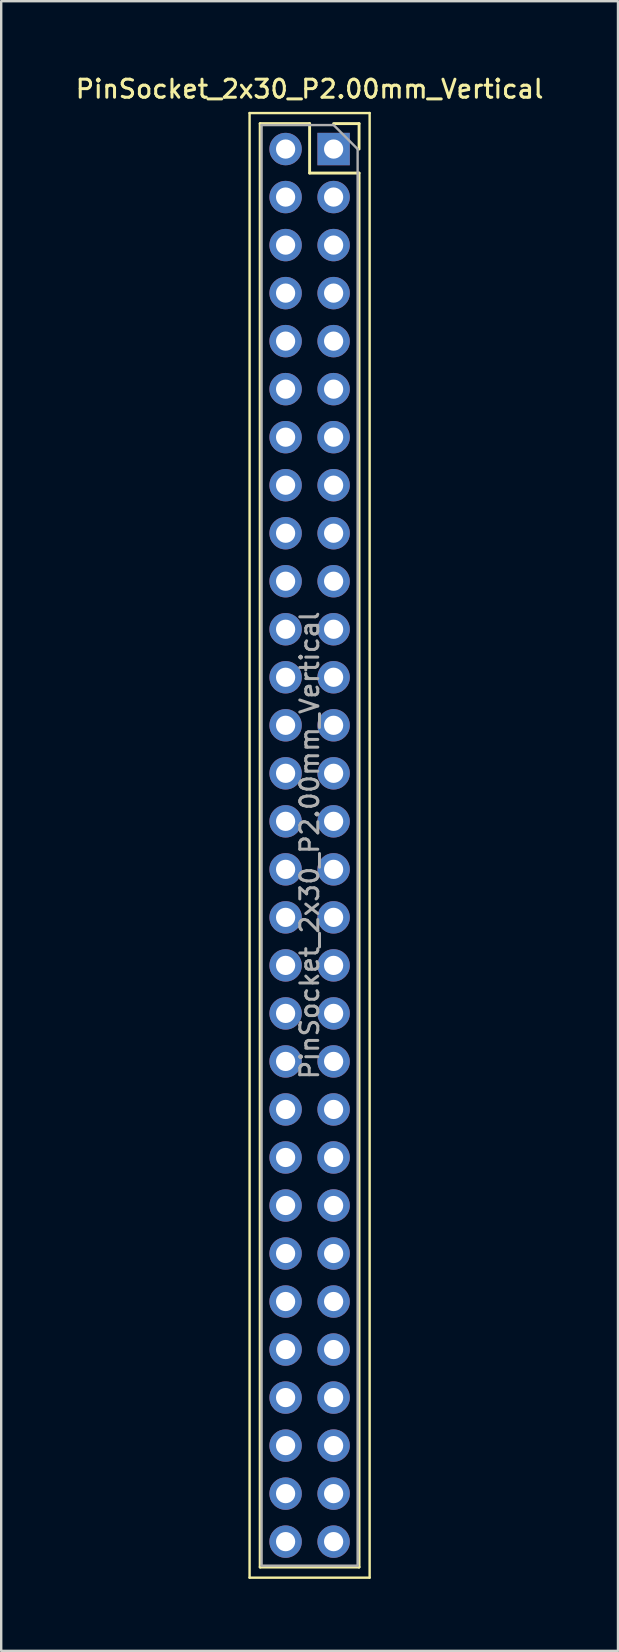
<source format=kicad_pcb>
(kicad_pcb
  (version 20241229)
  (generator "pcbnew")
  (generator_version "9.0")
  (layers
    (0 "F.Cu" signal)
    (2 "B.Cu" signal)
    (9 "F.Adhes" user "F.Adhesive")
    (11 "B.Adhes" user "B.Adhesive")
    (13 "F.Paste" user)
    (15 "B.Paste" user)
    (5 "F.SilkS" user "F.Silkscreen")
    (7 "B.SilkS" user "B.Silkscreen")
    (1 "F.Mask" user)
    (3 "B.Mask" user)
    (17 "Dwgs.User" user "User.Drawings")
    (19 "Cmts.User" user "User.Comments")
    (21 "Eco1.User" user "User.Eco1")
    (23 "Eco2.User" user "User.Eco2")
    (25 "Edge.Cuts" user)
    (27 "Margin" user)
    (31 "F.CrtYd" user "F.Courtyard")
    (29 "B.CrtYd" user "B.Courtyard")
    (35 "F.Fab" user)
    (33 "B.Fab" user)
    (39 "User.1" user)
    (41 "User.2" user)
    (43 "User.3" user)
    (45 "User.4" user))
  (footprint "PinSocket_2x30_P2.00mm_Vertical"
    (layer "F.Cu")
    (at 10.845 3.158)
    (property "Reference" "PinSocket_2x30_P2.00mm_Vertical" (at -1 -2.5 0) (layer "F.SilkS") (effects (font (size 0.75 0.75) (thickness 0.125))))
    (attr through_hole)
    (fp_line (start -3.5 -1.5) (end 1.5 -1.5) (stroke (width 0.1) (type solid)) (layer "F.SilkS"))
    (fp_line (start -3.5 59.5) (end -3.5 -1.5) (stroke (width 0.1) (type solid)) (layer "F.SilkS"))
    (fp_line (start -3.06 -1.06) (end -3.06 59.06) (stroke (width 0.12) (type solid)) (layer "F.SilkS"))
    (fp_line (start -3.06 -1.06) (end -1 -1.06) (stroke (width 0.12) (type solid)) (layer "F.SilkS"))
    (fp_line (start -3.06 59.06) (end 1.06 59.06) (stroke (width 0.12) (type solid)) (layer "F.SilkS"))
    (fp_line (start -1 -1.06) (end -1 1) (stroke (width 0.12) (type solid)) (layer "F.SilkS"))
    (fp_line (start -1 1) (end 1.06 1) (stroke (width 0.12) (type solid)) (layer "F.SilkS"))
    (fp_line (start 0 -1.06) (end 1.06 -1.06) (stroke (width 0.12) (type solid)) (layer "F.SilkS"))
    (fp_line (start 1.06 -1.06) (end 1.06 0) (stroke (width 0.12) (type solid)) (layer "F.SilkS"))
    (fp_line (start 1.06 1) (end 1.06 59.06) (stroke (width 0.12) (type solid)) (layer "F.SilkS"))
    (fp_line (start 1.5 -1.5) (end 1.5 59.5) (stroke (width 0.1) (type solid)) (layer "F.SilkS"))
    (fp_line (start 1.5 59.5) (end -3.5 59.5) (stroke (width 0.1) (type solid)) (layer "F.SilkS"))
    (fp_line (start -3 -1) (end 0 -1) (stroke (width 0.1) (type solid)) (layer "F.Fab"))
    (fp_line (start -3 59) (end -3 -1) (stroke (width 0.1) (type solid)) (layer "F.Fab"))
    (fp_line (start 0 -1) (end 1 0) (stroke (width 0.1) (type solid)) (layer "F.Fab"))
    (fp_line (start 1 0) (end 1 59) (stroke (width 0.1) (type solid)) (layer "F.Fab"))
    (fp_line (start 1 59) (end -3 59) (stroke (width 0.1) (type solid)) (layer "F.Fab"))
    (fp_text user "${REFERENCE}" (at -1 29 90) (layer "F.Fab") (effects (font (size 0.75 0.75) (thickness 0.125))))
    (pad "1" thru_hole rect (at 0 0) (size 1.35 1.35) (drill 0.8) (layers "*.Cu" "*.Mask"))
    (pad "2" thru_hole oval (at -2 0) (size 1.35 1.35) (drill 0.8) (layers "*.Cu" "*.Mask"))
    (pad "3" thru_hole oval (at 0 2) (size 1.35 1.35) (drill 0.8) (layers "*.Cu" "*.Mask"))
    (pad "4" thru_hole oval (at -2 2) (size 1.35 1.35) (drill 0.8) (layers "*.Cu" "*.Mask"))
    (pad "5" thru_hole oval (at 0 4) (size 1.35 1.35) (drill 0.8) (layers "*.Cu" "*.Mask"))
    (pad "6" thru_hole oval (at -2 4) (size 1.35 1.35) (drill 0.8) (layers "*.Cu" "*.Mask"))
    (pad "7" thru_hole oval (at 0 6) (size 1.35 1.35) (drill 0.8) (layers "*.Cu" "*.Mask"))
    (pad "8" thru_hole oval (at -2 6) (size 1.35 1.35) (drill 0.8) (layers "*.Cu" "*.Mask"))
    (pad "9" thru_hole oval (at 0 8) (size 1.35 1.35) (drill 0.8) (layers "*.Cu" "*.Mask"))
    (pad "10" thru_hole oval (at -2 8) (size 1.35 1.35) (drill 0.8) (layers "*.Cu" "*.Mask"))
    (pad "11" thru_hole oval (at 0 10) (size 1.35 1.35) (drill 0.8) (layers "*.Cu" "*.Mask"))
    (pad "12" thru_hole oval (at -2 10) (size 1.35 1.35) (drill 0.8) (layers "*.Cu" "*.Mask"))
    (pad "13" thru_hole oval (at 0 12) (size 1.35 1.35) (drill 0.8) (layers "*.Cu" "*.Mask"))
    (pad "14" thru_hole oval (at -2 12) (size 1.35 1.35) (drill 0.8) (layers "*.Cu" "*.Mask"))
    (pad "15" thru_hole oval (at 0 14) (size 1.35 1.35) (drill 0.8) (layers "*.Cu" "*.Mask"))
    (pad "16" thru_hole oval (at -2 14) (size 1.35 1.35) (drill 0.8) (layers "*.Cu" "*.Mask"))
    (pad "17" thru_hole oval (at 0 16) (size 1.35 1.35) (drill 0.8) (layers "*.Cu" "*.Mask"))
    (pad "18" thru_hole oval (at -2 16) (size 1.35 1.35) (drill 0.8) (layers "*.Cu" "*.Mask"))
    (pad "19" thru_hole oval (at 0 18) (size 1.35 1.35) (drill 0.8) (layers "*.Cu" "*.Mask"))
    (pad "20" thru_hole oval (at -2 18) (size 1.35 1.35) (drill 0.8) (layers "*.Cu" "*.Mask"))
    (pad "21" thru_hole oval (at 0 20) (size 1.35 1.35) (drill 0.8) (layers "*.Cu" "*.Mask"))
    (pad "22" thru_hole oval (at -2 20) (size 1.35 1.35) (drill 0.8) (layers "*.Cu" "*.Mask"))
    (pad "23" thru_hole oval (at 0 22) (size 1.35 1.35) (drill 0.8) (layers "*.Cu" "*.Mask"))
    (pad "24" thru_hole oval (at -2 22) (size 1.35 1.35) (drill 0.8) (layers "*.Cu" "*.Mask"))
    (pad "25" thru_hole oval (at 0 24) (size 1.35 1.35) (drill 0.8) (layers "*.Cu" "*.Mask"))
    (pad "26" thru_hole oval (at -2 24) (size 1.35 1.35) (drill 0.8) (layers "*.Cu" "*.Mask"))
    (pad "27" thru_hole oval (at 0 26) (size 1.35 1.35) (drill 0.8) (layers "*.Cu" "*.Mask"))
    (pad "28" thru_hole oval (at -2 26) (size 1.35 1.35) (drill 0.8) (layers "*.Cu" "*.Mask"))
    (pad "29" thru_hole oval (at 0 28) (size 1.35 1.35) (drill 0.8) (layers "*.Cu" "*.Mask"))
    (pad "30" thru_hole oval (at -2 28) (size 1.35 1.35) (drill 0.8) (layers "*.Cu" "*.Mask"))
    (pad "31" thru_hole oval (at 0 30) (size 1.35 1.35) (drill 0.8) (layers "*.Cu" "*.Mask"))
    (pad "32" thru_hole oval (at -2 30) (size 1.35 1.35) (drill 0.8) (layers "*.Cu" "*.Mask"))
    (pad "33" thru_hole oval (at 0 32) (size 1.35 1.35) (drill 0.8) (layers "*.Cu" "*.Mask"))
    (pad "34" thru_hole oval (at -2 32) (size 1.35 1.35) (drill 0.8) (layers "*.Cu" "*.Mask"))
    (pad "35" thru_hole oval (at 0 34) (size 1.35 1.35) (drill 0.8) (layers "*.Cu" "*.Mask"))
    (pad "36" thru_hole oval (at -2 34) (size 1.35 1.35) (drill 0.8) (layers "*.Cu" "*.Mask"))
    (pad "37" thru_hole oval (at 0 36) (size 1.35 1.35) (drill 0.8) (layers "*.Cu" "*.Mask"))
    (pad "38" thru_hole oval (at -2 36) (size 1.35 1.35) (drill 0.8) (layers "*.Cu" "*.Mask"))
    (pad "39" thru_hole oval (at 0 38) (size 1.35 1.35) (drill 0.8) (layers "*.Cu" "*.Mask"))
    (pad "40" thru_hole oval (at -2 38) (size 1.35 1.35) (drill 0.8) (layers "*.Cu" "*.Mask"))
    (pad "41" thru_hole oval (at 0 40) (size 1.35 1.35) (drill 0.8) (layers "*.Cu" "*.Mask"))
    (pad "42" thru_hole oval (at -2 40) (size 1.35 1.35) (drill 0.8) (layers "*.Cu" "*.Mask"))
    (pad "43" thru_hole oval (at 0 42) (size 1.35 1.35) (drill 0.8) (layers "*.Cu" "*.Mask"))
    (pad "44" thru_hole oval (at -2 42) (size 1.35 1.35) (drill 0.8) (layers "*.Cu" "*.Mask"))
    (pad "45" thru_hole oval (at 0 44) (size 1.35 1.35) (drill 0.8) (layers "*.Cu" "*.Mask"))
    (pad "46" thru_hole oval (at -2 44) (size 1.35 1.35) (drill 0.8) (layers "*.Cu" "*.Mask"))
    (pad "47" thru_hole oval (at 0 46) (size 1.35 1.35) (drill 0.8) (layers "*.Cu" "*.Mask"))
    (pad "48" thru_hole oval (at -2 46) (size 1.35 1.35) (drill 0.8) (layers "*.Cu" "*.Mask"))
    (pad "49" thru_hole oval (at 0 48) (size 1.35 1.35) (drill 0.8) (layers "*.Cu" "*.Mask"))
    (pad "50" thru_hole oval (at -2 48) (size 1.35 1.35) (drill 0.8) (layers "*.Cu" "*.Mask"))
    (pad "51" thru_hole oval (at 0 50) (size 1.35 1.35) (drill 0.8) (layers "*.Cu" "*.Mask"))
    (pad "52" thru_hole oval (at -2 50) (size 1.35 1.35) (drill 0.8) (layers "*.Cu" "*.Mask"))
    (pad "53" thru_hole oval (at 0 52) (size 1.35 1.35) (drill 0.8) (layers "*.Cu" "*.Mask"))
    (pad "54" thru_hole oval (at -2 52) (size 1.35 1.35) (drill 0.8) (layers "*.Cu" "*.Mask"))
    (pad "55" thru_hole oval (at 0 54) (size 1.35 1.35) (drill 0.8) (layers "*.Cu" "*.Mask"))
    (pad "56" thru_hole oval (at -2 54) (size 1.35 1.35) (drill 0.8) (layers "*.Cu" "*.Mask"))
    (pad "57" thru_hole oval (at 0 56) (size 1.35 1.35) (drill 0.8) (layers "*.Cu" "*.Mask"))
    (pad "58" thru_hole oval (at -2 56) (size 1.35 1.35) (drill 0.8) (layers "*.Cu" "*.Mask"))
    (pad "59" thru_hole oval (at 0 58) (size 1.35 1.35) (drill 0.8) (layers "*.Cu" "*.Mask"))
    (pad "60" thru_hole oval (at -2 58) (size 1.35 1.35) (drill 0.8) (layers "*.Cu" "*.Mask")))
  (gr_rect
    (start -3 -3)
    (end 22.689 65.708)
    (stroke (width 0.1) (type default))
    (fill no)
    (layer "Edge.Cuts")))
</source>
